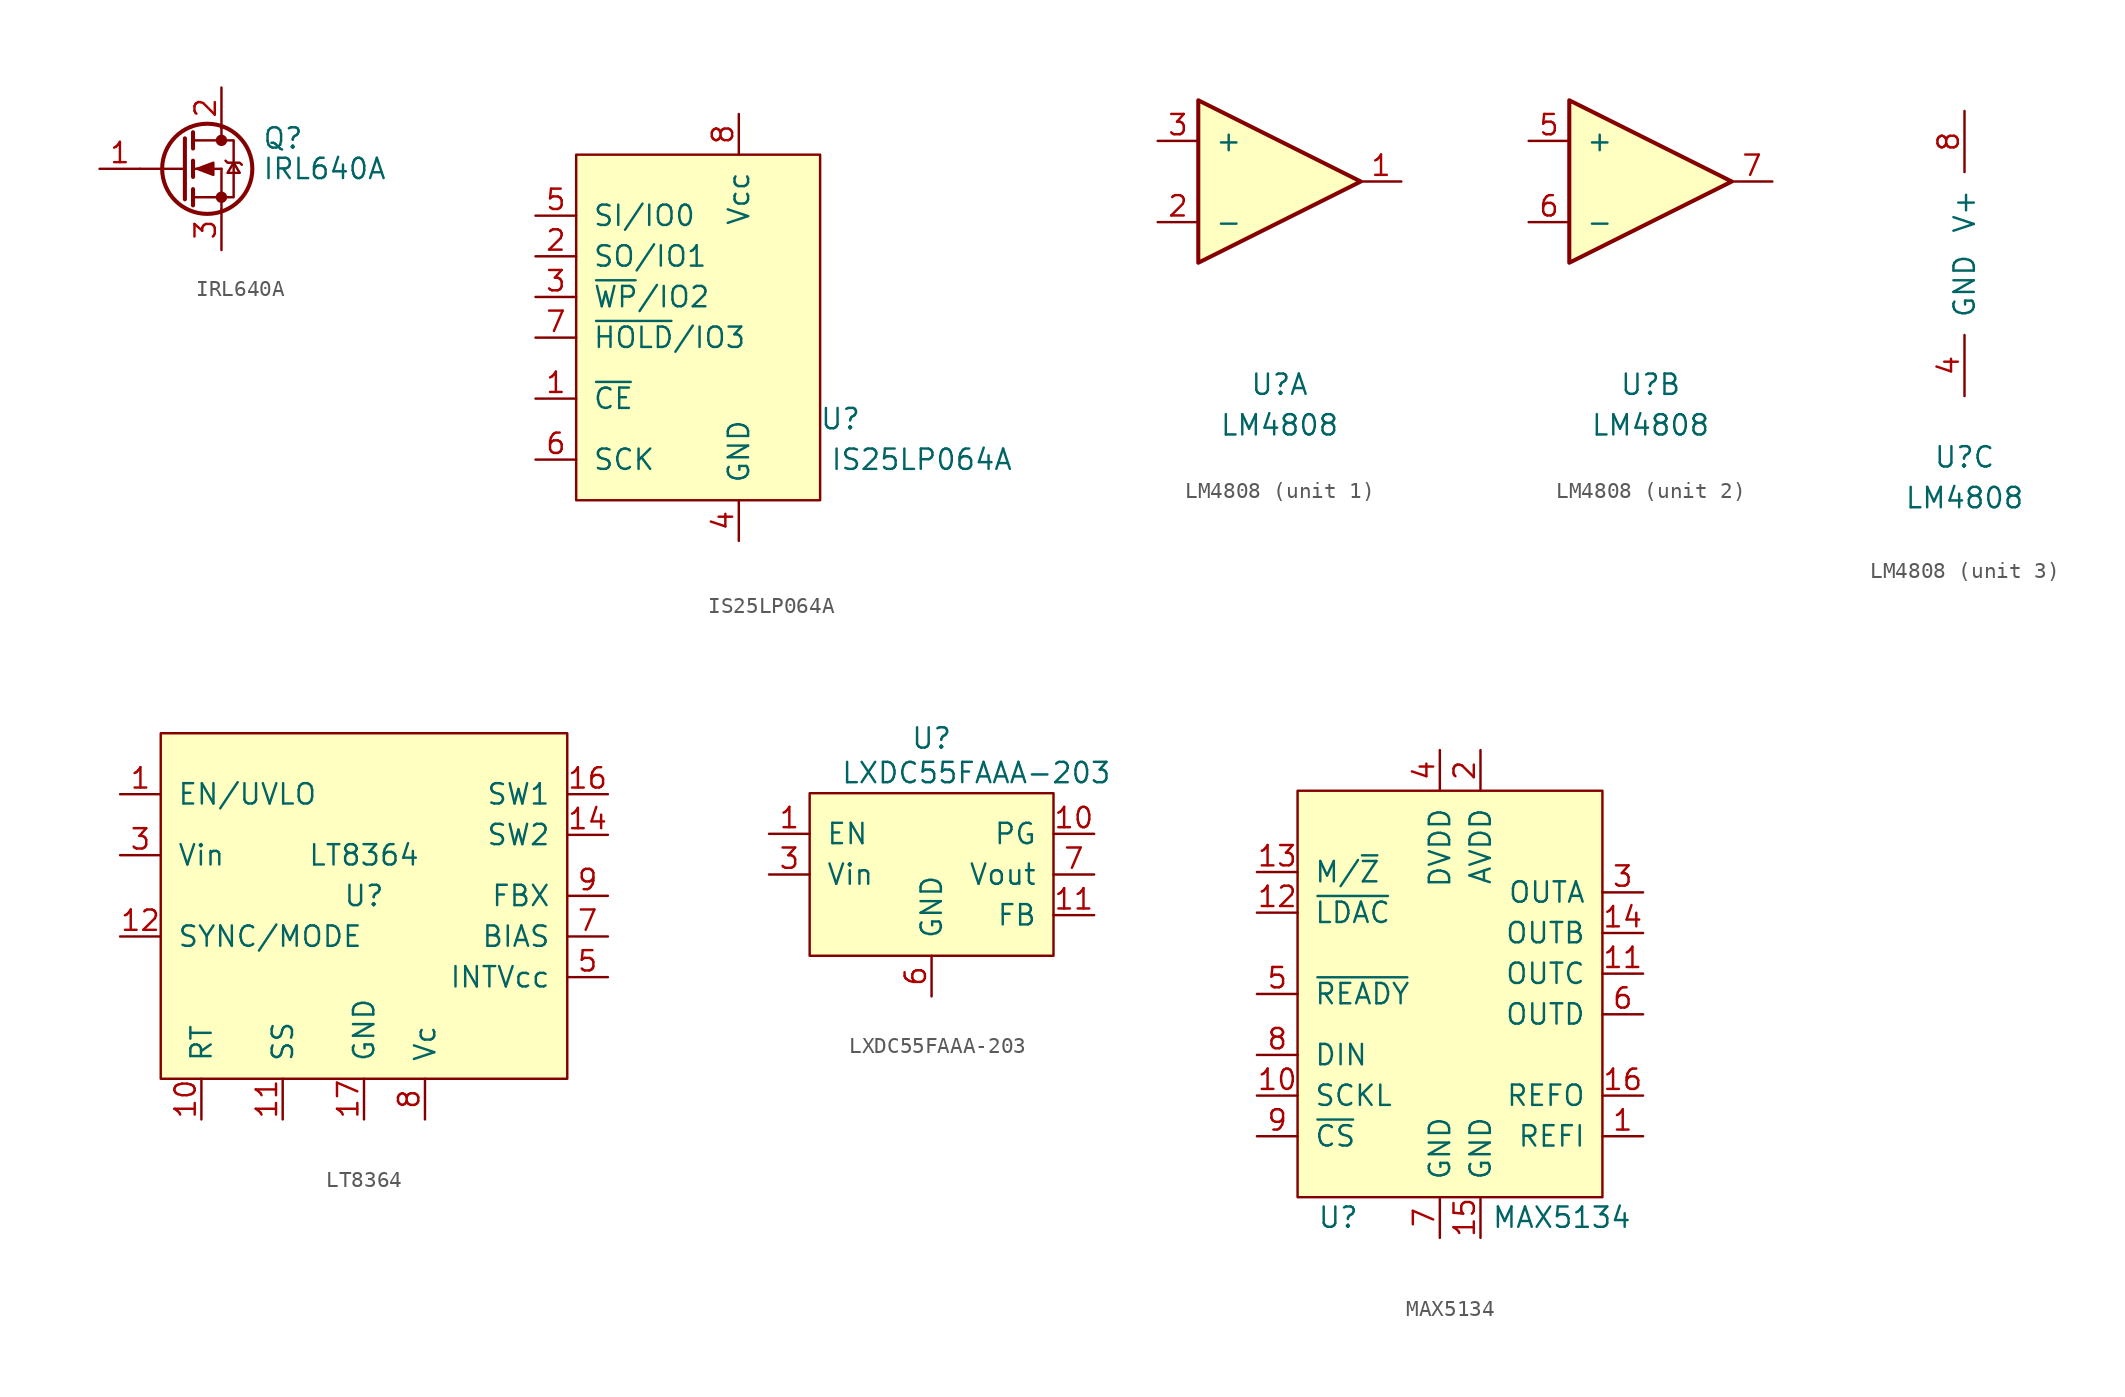
<source format=kicad_sym>
(kicad_symbol_lib
  (version 20231120)
  (generator "kicad_symbol_editor")
  (generator_version "8.0")
  (symbol "IRL640A"
    (pin_names
      (offset 0) hide)
    (property "Reference" "Q"
      (at 5.08 1.905 0)
      (effects (font (size 1.27 1.27)) (justify left)))
    (property "Value" "IRL640A"
      (at 5.08 0 0)
      (effects (font (size 1.27 1.27)) (justify left)))
    (symbol "IRL640A_0_1"
      (polyline (pts (xy -2.54 0) (xy 0.254 0)) (stroke (width 0) (type default)) (fill (type none)))
      (polyline (pts (xy 0.762 -1.778) (xy 2.54 -1.778)) (stroke (width 0) (type default)) (fill (type none)))
      (polyline (pts (xy 0.762 -1.27) (xy 0.762 -2.286)) (stroke (width 0.254) (type default)) (fill (type none)))
      (polyline (pts (xy 0.762 0) (xy 2.54 0)) (stroke (width 0) (type default)) (fill (type none)))
      (polyline (pts (xy 0.762 0.508) (xy 0.762 -0.508)) (stroke (width 0.254) (type default)) (fill (type none)))
      (polyline (pts (xy 0.762 1.778) (xy 2.54 1.778)) (stroke (width 0) (type default)) (fill (type none)))
      (polyline (pts (xy 0.762 2.286) (xy 0.762 1.27)) (stroke (width 0.254) (type default)) (fill (type none)))
      (polyline (pts (xy 2.54 -1.778) (xy 2.54 -2.54)) (stroke (width 0) (type default)) (fill (type none)))
      (polyline (pts (xy 2.54 -1.778) (xy 2.54 0)) (stroke (width 0) (type default)) (fill (type none)))
      (polyline (pts (xy 2.54 2.54) (xy 2.54 1.778)) (stroke (width 0) (type default)) (fill (type none)))
      (polyline (pts (xy 0.254 1.905) (xy 0.254 -1.905) (xy 0.254 -1.905)) (stroke (width 0.254) (type default)) (fill (type none)))
      (polyline (pts (xy 1.016 0) (xy 2.032 0.381) (xy 2.032 -0.381) (xy 1.016 0)) (stroke (width 0) (type default)) (fill (type outline)))
      (polyline (pts (xy 2.54 -1.778) (xy 3.302 -1.778) (xy 3.302 1.778) (xy 2.54 1.778)) (stroke (width 0) (type default)) (fill (type none)))
      (polyline (pts (xy 2.794 0.508) (xy 2.921 0.381) (xy 3.683 0.381) (xy 3.81 0.254)) (stroke (width 0) (type default)) (fill (type none)))
      (polyline (pts (xy 3.302 0.381) (xy 2.921 -0.254) (xy 3.683 -0.254) (xy 3.302 0.381)) (stroke (width 0) (type default)) (fill (type none)))
      (circle (center 1.651 0) (radius 2.819) (stroke (width 0.254) (type default)) (fill (type none)))
      (circle (center 2.54 -1.778) (radius 0.279) (stroke (width 0) (type default)) (fill (type outline)))
      (circle (center 2.54 1.778) (radius 0.279) (stroke (width 0) (type default)) (fill (type outline))))
    (symbol "IRL640A_1_1"
      (pin input line (at -5.08 0 0) (length 2.54) (name "G" (effects (font (size 1.27 1.27)))) (number "1" (effects (font (size 1.27 1.27)))))
      (pin passive line (at 2.54 5.08 270) (length 2.54) (name "D" (effects (font (size 1.27 1.27)))) (number "2" (effects (font (size 1.27 1.27)))))
      (pin passive line (at 2.54 -5.08 90) (length 2.54) (name "S" (effects (font (size 1.27 1.27)))) (number "3" (effects (font (size 1.27 1.27)))))))
  (symbol "IS25LP064A"
    (pin_names
      (offset 1.016))
    (property "Reference" "U"
      (at 6.35 -5.08 0)
      (effects (font (size 1.27 1.27))))
    (property "Value" "IS25LP064A"
      (at 11.43 -7.62 0)
      (effects (font (size 1.27 1.27))))
    (symbol "IS25LP064A_0_1"
      (rectangle (start -10.16 -10.16) (end 5.08 11.43) (stroke (width 0) (type default)) (fill (type background))))
    (symbol "IS25LP064A_1_1"
      (pin input line (at -12.7 -3.81 0) (length 2.54) (name "~{CE}" (effects (font (size 1.27 1.27)))) (number "1" (effects (font (size 1.27 1.27)))))
      (pin bidirectional line (at -12.7 5.08 0) (length 2.54) (name "SO/IO1" (effects (font (size 1.27 1.27)))) (number "2" (effects (font (size 1.27 1.27)))))
      (pin bidirectional line (at -12.7 2.54 0) (length 2.54) (name "~{WP}/IO2" (effects (font (size 1.27 1.27)))) (number "3" (effects (font (size 1.27 1.27)))))
      (pin power_in line (at 0 -12.7 90) (length 2.54) (name "GND" (effects (font (size 1.27 1.27)))) (number "4" (effects (font (size 1.27 1.27)))))
      (pin bidirectional line (at -12.7 7.62 0) (length 2.54) (name "SI/IO0" (effects (font (size 1.27 1.27)))) (number "5" (effects (font (size 1.27 1.27)))))
      (pin input line (at -12.7 -7.62 0) (length 2.54) (name "SCK" (effects (font (size 1.27 1.27)))) (number "6" (effects (font (size 1.27 1.27)))))
      (pin bidirectional line (at -12.7 0 0) (length 2.54) (name "~{HOLD}/IO3" (effects (font (size 1.27 1.27)))) (number "7" (effects (font (size 1.27 1.27)))))
      (pin power_in line (at 0 13.97 270) (length 2.54) (name "Vcc" (effects (font (size 1.27 1.27)))) (number "8" (effects (font (size 1.27 1.27)))))))
  (symbol "LM4808"
    (pin_names
      (offset 1.016))
    (property "Reference" "U"
      (at 0 -12.7 0)
      (effects (font (size 1.27 1.27))))
    (property "Value" "LM4808"
      (at 0 -15.24 0)
      (effects (font (size 1.27 1.27))))
    (property "ki_locked" ""
      (at 0 0 0)
      (effects (font (size 1.27 1.27))))
    (symbol "LM4808_1_1"
      (polyline (pts (xy -5.08 5.08) (xy 5.08 0) (xy -5.08 -5.08) (xy -5.08 5.08)) (stroke (width 0.254) (type default)) (fill (type background)))
      (pin output line (at 7.62 0 180) (length 2.54) (name "~" (effects (font (size 1.27 1.27)))) (number "1" (effects (font (size 1.27 1.27)))))
      (pin input line (at -7.62 -2.54 0) (length 2.54) (name "-" (effects (font (size 1.27 1.27)))) (number "2" (effects (font (size 1.27 1.27)))))
      (pin input line (at -7.62 2.54 0) (length 2.54) (name "+" (effects (font (size 1.27 1.27)))) (number "3" (effects (font (size 1.27 1.27))))))
    (symbol "LM4808_2_1"
      (polyline (pts (xy -5.08 5.08) (xy 5.08 0) (xy -5.08 -5.08) (xy -5.08 5.08)) (stroke (width 0.254) (type default)) (fill (type background)))
      (pin input line (at -7.62 2.54 0) (length 2.54) (name "+" (effects (font (size 1.27 1.27)))) (number "5" (effects (font (size 1.27 1.27)))))
      (pin input line (at -7.62 -2.54 0) (length 2.54) (name "-" (effects (font (size 1.27 1.27)))) (number "6" (effects (font (size 1.27 1.27)))))
      (pin output line (at 7.62 0 180) (length 2.54) (name "~" (effects (font (size 1.27 1.27)))) (number "7" (effects (font (size 1.27 1.27))))))
    (symbol "LM4808_3_1"
      (pin power_in line (at 0 -8.89 90) (length 3.81) (name "GND" (effects (font (size 1.27 1.27)))) (number "4" (effects (font (size 1.27 1.27)))))
      (pin power_in line (at 0 8.89 270) (length 3.81) (name "V+" (effects (font (size 1.27 1.27)))) (number "8" (effects (font (size 1.27 1.27)))))))
  (symbol "LT8364"
    (pin_names
      (offset 1.016))
    (property "Reference" "U"
      (at 0 0 0)
      (effects (font (size 1.27 1.27))))
    (property "Value" "LT8364"
      (at 0 2.54 0)
      (effects (font (size 1.27 1.27))))
    (symbol "LT8364_0_1"
      (rectangle (start -12.7 10.16) (end 12.7 -11.43) (stroke (width 0) (type default)) (fill (type background))))
    (symbol "LT8364_1_1"
      (pin input line (at -15.24 6.35 0) (length 2.54) (name "EN/UVLO" (effects (font (size 1.27 1.27)))) (number "1" (effects (font (size 1.27 1.27)))))
      (pin bidirectional line (at -10.16 -13.97 90) (length 2.54) (name "RT" (effects (font (size 1.27 1.27)))) (number "10" (effects (font (size 1.27 1.27)))))
      (pin bidirectional line (at -5.08 -13.97 90) (length 2.54) (name "SS" (effects (font (size 1.27 1.27)))) (number "11" (effects (font (size 1.27 1.27)))))
      (pin power_in line (at -15.24 -2.54 0) (length 2.54) (name "SYNC/MODE" (effects (font (size 1.27 1.27)))) (number "12" (effects (font (size 1.27 1.27)))))
      (pin bidirectional line (at 15.24 3.81 180) (length 2.54) (name "SW2" (effects (font (size 1.27 1.27)))) (number "14" (effects (font (size 1.27 1.27)))))
      (pin bidirectional line (at 15.24 6.35 180) (length 2.54) (name "SW1" (effects (font (size 1.27 1.27)))) (number "16" (effects (font (size 1.27 1.27)))))
      (pin power_in line (at 0 -13.97 90) (length 2.54) (name "GND" (effects (font (size 1.27 1.27)))) (number "17" (effects (font (size 1.27 1.27)))))
      (pin power_in line (at -15.24 2.54 0) (length 2.54) (name "Vin" (effects (font (size 1.27 1.27)))) (number "3" (effects (font (size 1.27 1.27)))))
      (pin bidirectional line (at 15.24 -5.08 180) (length 2.54) (name "INTVcc" (effects (font (size 1.27 1.27)))) (number "5" (effects (font (size 1.27 1.27)))))
      (pin no_connect line (at -15.24 -5.08 0) (length 2.54) hide (name "NC" (effects (font (size 1.27 1.27)))) (number "6" (effects (font (size 1.27 1.27)))))
      (pin power_in line (at 15.24 -2.54 180) (length 2.54) (name "BIAS" (effects (font (size 1.27 1.27)))) (number "7" (effects (font (size 1.27 1.27)))))
      (pin output line (at 3.81 -13.97 90) (length 2.54) (name "Vc" (effects (font (size 1.27 1.27)))) (number "8" (effects (font (size 1.27 1.27)))))
      (pin input line (at 15.24 0 180) (length 2.54) (name "FBX" (effects (font (size 1.27 1.27)))) (number "9" (effects (font (size 1.27 1.27)))))))
  (symbol "LXDC55FAAA-203"
    (pin_names
      (offset 1.016))
    (property "Reference" "U"
      (at 0 8.509 0)
      (effects (font (size 1.27 1.27))))
    (property "Value" "LXDC55FAAA-203"
      (at 2.794 6.35 0)
      (effects (font (size 1.27 1.27))))
    (symbol "LXDC55FAAA-203_0_1"
      (rectangle (start -7.62 -5.08) (end 7.62 5.08) (stroke (width 0) (type default)) (fill (type background))))
    (symbol "LXDC55FAAA-203_1_1"
      (pin input line (at -10.16 2.54 0) (length 2.54) (name "EN" (effects (font (size 1.27 1.27)))) (number "1" (effects (font (size 1.27 1.27)))))
      (pin output line (at 10.16 2.54 180) (length 2.54) (name "PG" (effects (font (size 1.27 1.27)))) (number "10" (effects (font (size 1.27 1.27)))))
      (pin input line (at 10.16 -2.54 180) (length 2.54) (name "FB" (effects (font (size 1.27 1.27)))) (number "11" (effects (font (size 1.27 1.27)))))
      (pin power_in line (at 0 -7.62 90) (length 2.54) hide (name "GND" (effects (font (size 1.27 1.27)))) (number "12" (effects (font (size 1.27 1.27)))))
      (pin power_in line (at 0 -7.62 90) (length 2.54) hide (name "GND" (effects (font (size 1.27 1.27)))) (number "13" (effects (font (size 1.27 1.27)))))
      (pin power_in line (at 0 -7.62 90) (length 2.54) hide (name "GND" (effects (font (size 1.27 1.27)))) (number "14" (effects (font (size 1.27 1.27)))))
      (pin no_connect line (at 2.54 -7.62 90) (length 2.54) hide (name "NC" (effects (font (size 1.27 1.27)))) (number "2" (effects (font (size 1.27 1.27)))))
      (pin power_in line (at -10.16 0 0) (length 2.54) (name "Vin" (effects (font (size 1.27 1.27)))) (number "3" (effects (font (size 1.27 1.27)))))
      (pin power_in line (at -10.16 0 0) (length 2.54) hide (name "Vin" (effects (font (size 1.27 1.27)))) (number "4" (effects (font (size 1.27 1.27)))))
      (pin power_in line (at -10.16 0 0) (length 2.54) hide (name "Vin" (effects (font (size 1.27 1.27)))) (number "5" (effects (font (size 1.27 1.27)))))
      (pin power_in line (at 0 -7.62 90) (length 2.54) (name "GND" (effects (font (size 1.27 1.27)))) (number "6" (effects (font (size 1.27 1.27)))))
      (pin power_out line (at 10.16 0 180) (length 2.54) (name "Vout" (effects (font (size 1.27 1.27)))) (number "7" (effects (font (size 1.27 1.27)))))
      (pin input line (at 10.16 0 180) (length 2.54) hide (name "Vout" (effects (font (size 1.27 1.27)))) (number "8" (effects (font (size 1.27 1.27)))))
      (pin input line (at 10.16 0 180) (length 2.54) hide (name "Vout" (effects (font (size 1.27 1.27)))) (number "9" (effects (font (size 1.27 1.27)))))))
  (symbol "MAX5134"
    (pin_names
      (offset 1.016))
    (property "Reference" "U"
      (at -7.62 -13.97 0)
      (effects (font (size 1.27 1.27))))
    (property "Value" "MAX5134"
      (at 6.35 -13.97 0)
      (effects (font (size 1.27 1.27))))
    (symbol "MAX5134_0_1"
      (rectangle (start -10.16 12.7) (end 8.89 -12.7) (stroke (width 0) (type default)) (fill (type background))))
    (symbol "MAX5134_1_1"
      (pin power_in line (at 11.43 -8.89 180) (length 2.54) (name "REFI" (effects (font (size 1.27 1.27)))) (number "1" (effects (font (size 1.27 1.27)))))
      (pin input line (at -12.7 -6.35 0) (length 2.54) (name "SCKL" (effects (font (size 1.27 1.27)))) (number "10" (effects (font (size 1.27 1.27)))))
      (pin output line (at 11.43 1.27 180) (length 2.54) (name "OUTC" (effects (font (size 1.27 1.27)))) (number "11" (effects (font (size 1.27 1.27)))))
      (pin input line (at -12.7 5.08 0) (length 2.54) (name "~{LDAC}" (effects (font (size 1.27 1.27)))) (number "12" (effects (font (size 1.27 1.27)))))
      (pin input line (at -12.7 7.62 0) (length 2.54) (name "M/~{Z}" (effects (font (size 1.27 1.27)))) (number "13" (effects (font (size 1.27 1.27)))))
      (pin output line (at 11.43 3.81 180) (length 2.54) (name "OUTB" (effects (font (size 1.27 1.27)))) (number "14" (effects (font (size 1.27 1.27)))))
      (pin power_in line (at 1.27 -15.24 90) (length 2.54) (name "GND" (effects (font (size 1.27 1.27)))) (number "15" (effects (font (size 1.27 1.27)))))
      (pin power_out line (at 11.43 -6.35 180) (length 2.54) (name "REFO" (effects (font (size 1.27 1.27)))) (number "16" (effects (font (size 1.27 1.27)))))
      (pin power_in line (at 1.27 15.24 270) (length 2.54) (name "AVDD" (effects (font (size 1.27 1.27)))) (number "2" (effects (font (size 1.27 1.27)))))
      (pin output line (at 11.43 6.35 180) (length 2.54) (name "OUTA" (effects (font (size 1.27 1.27)))) (number "3" (effects (font (size 1.27 1.27)))))
      (pin power_in line (at -1.27 15.24 270) (length 2.54) (name "DVDD" (effects (font (size 1.27 1.27)))) (number "4" (effects (font (size 1.27 1.27)))))
      (pin input line (at -12.7 0 0) (length 2.54) (name "~{READY}" (effects (font (size 1.27 1.27)))) (number "5" (effects (font (size 1.27 1.27)))))
      (pin output line (at 11.43 -1.27 180) (length 2.54) (name "OUTD" (effects (font (size 1.27 1.27)))) (number "6" (effects (font (size 1.27 1.27)))))
      (pin power_in line (at -1.27 -15.24 90) (length 2.54) (name "GND" (effects (font (size 1.27 1.27)))) (number "7" (effects (font (size 1.27 1.27)))))
      (pin input line (at -12.7 -3.81 0) (length 2.54) (name "DIN" (effects (font (size 1.27 1.27)))) (number "8" (effects (font (size 1.27 1.27)))))
      (pin input line (at -12.7 -8.89 0) (length 2.54) (name "~{CS}" (effects (font (size 1.27 1.27)))) (number "9" (effects (font (size 1.27 1.27))))))))
</source>
